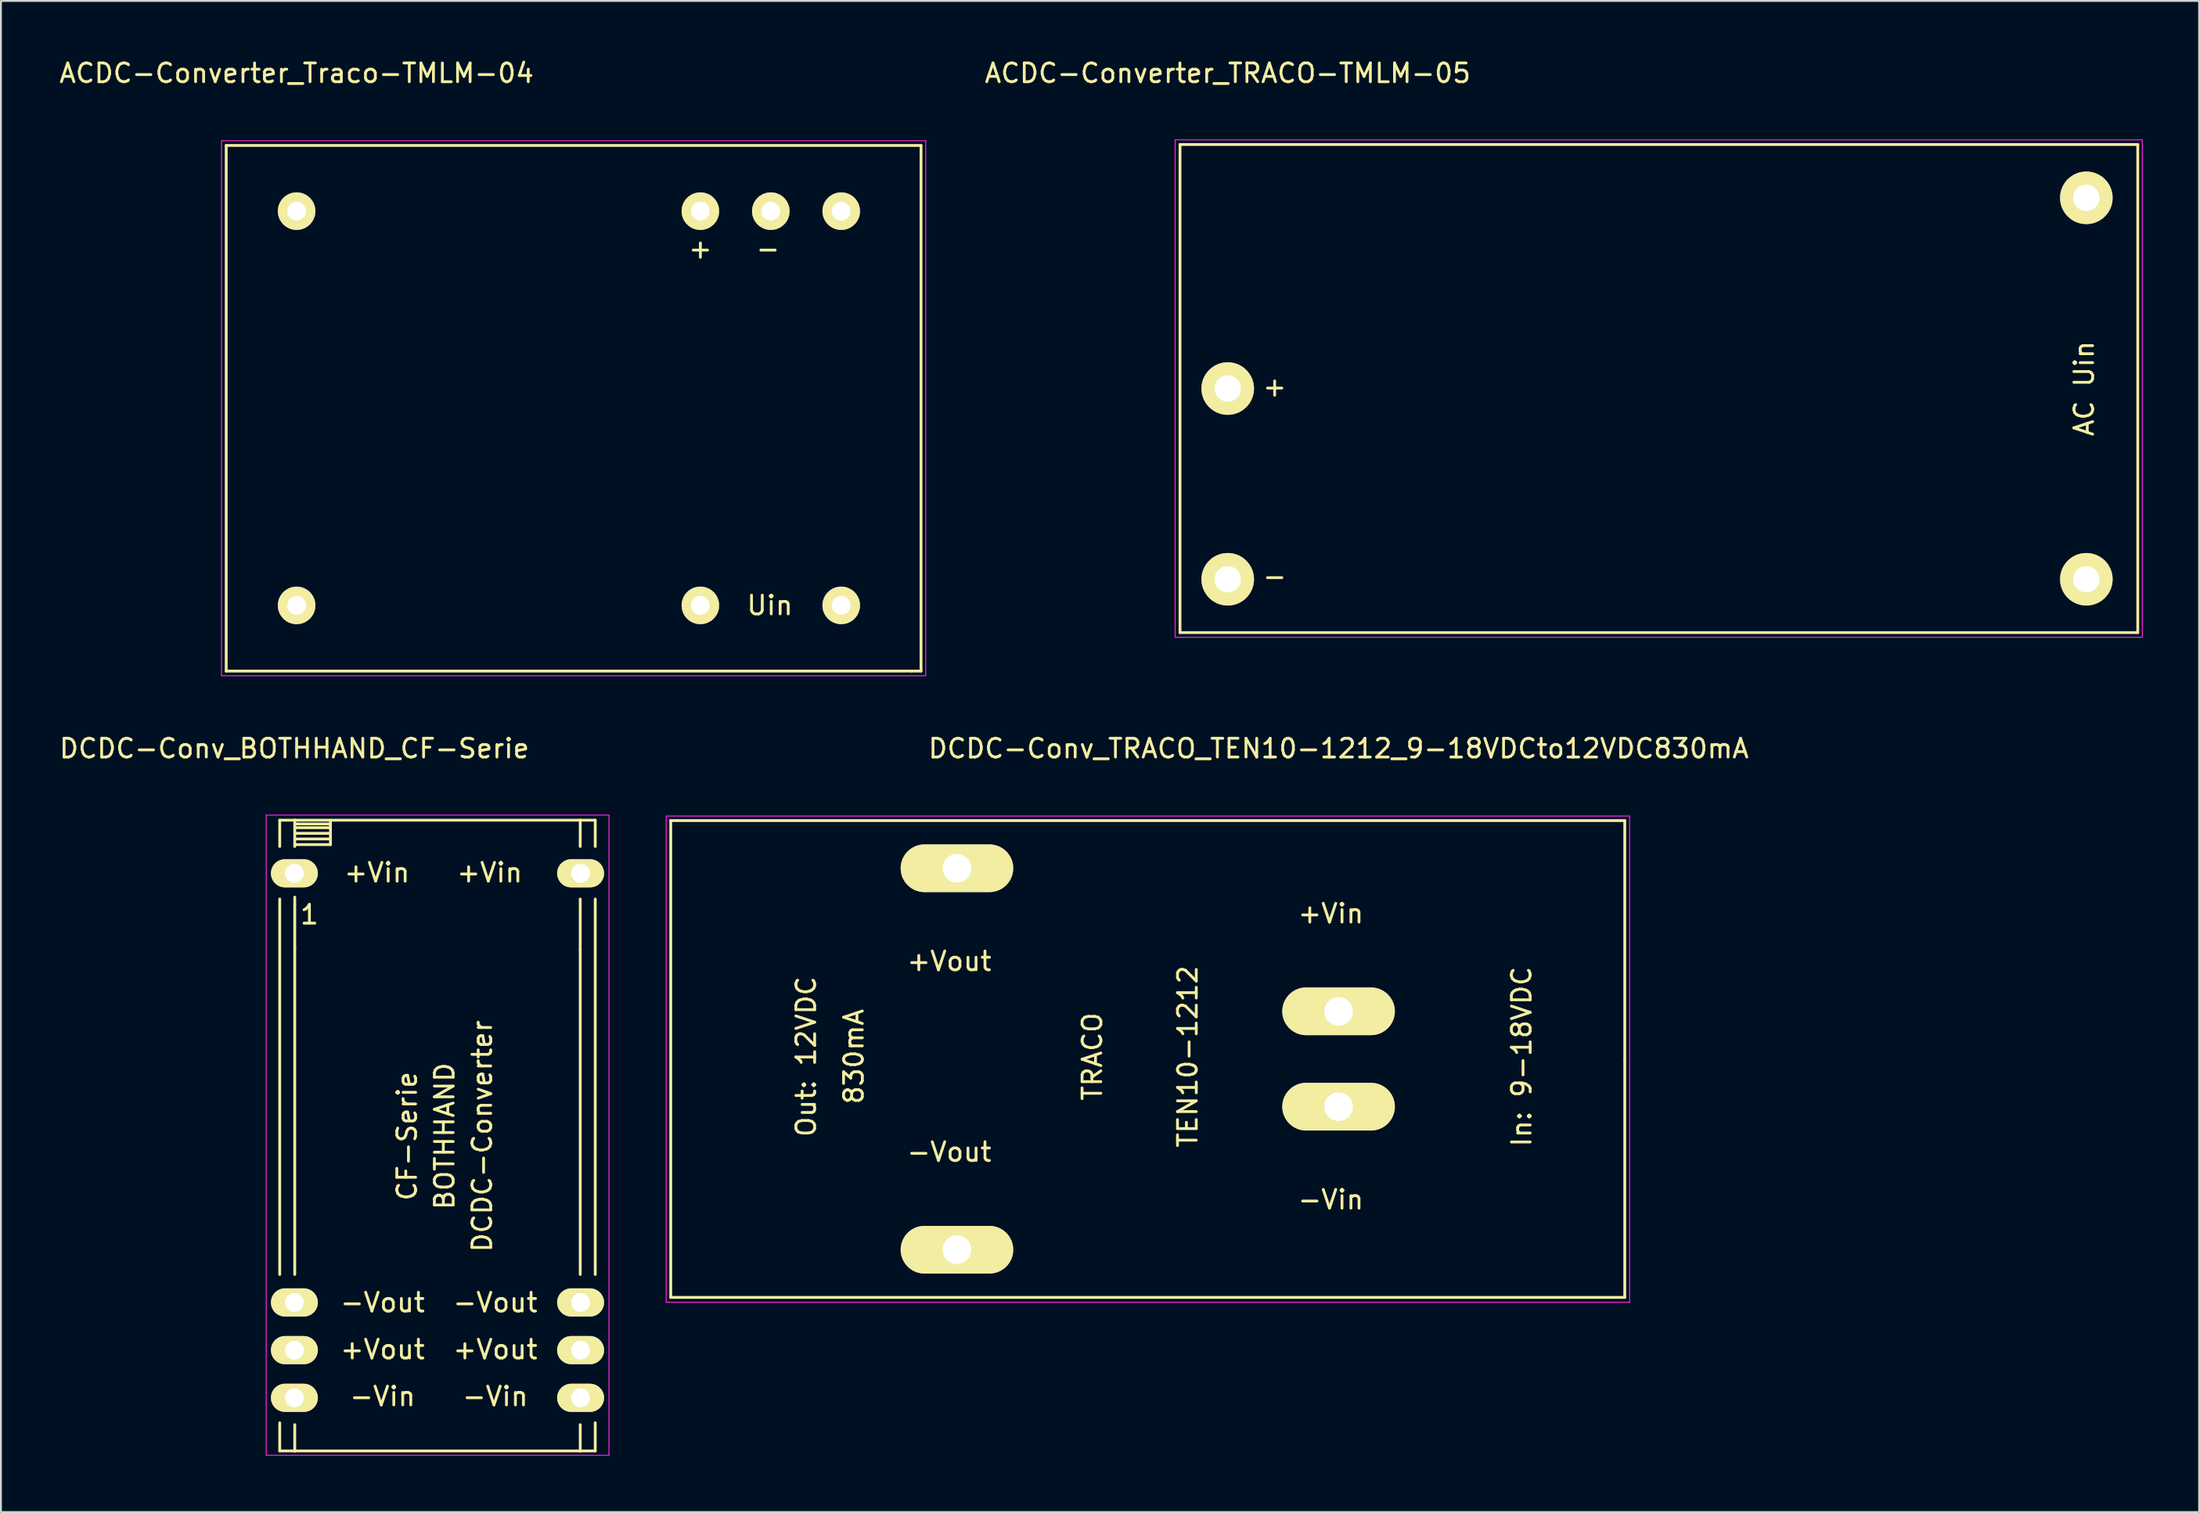
<source format=kicad_pcb>
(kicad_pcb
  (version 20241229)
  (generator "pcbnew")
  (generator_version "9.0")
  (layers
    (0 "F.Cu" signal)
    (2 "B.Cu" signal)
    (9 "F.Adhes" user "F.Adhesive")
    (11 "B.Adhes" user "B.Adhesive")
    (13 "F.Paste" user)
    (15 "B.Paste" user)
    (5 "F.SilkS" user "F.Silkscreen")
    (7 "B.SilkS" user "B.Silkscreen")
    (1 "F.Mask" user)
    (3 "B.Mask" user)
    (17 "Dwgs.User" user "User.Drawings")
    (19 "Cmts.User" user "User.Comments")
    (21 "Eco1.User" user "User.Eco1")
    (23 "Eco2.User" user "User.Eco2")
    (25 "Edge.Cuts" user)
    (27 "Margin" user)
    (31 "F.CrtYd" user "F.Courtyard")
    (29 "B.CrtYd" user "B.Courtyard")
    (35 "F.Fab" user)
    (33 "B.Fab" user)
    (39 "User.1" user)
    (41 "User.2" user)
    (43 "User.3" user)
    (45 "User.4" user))
  (footprint "ACDC-Converter_Traco-TMLM-04"
    (layer "F.Cu")
    (at 12.744 8.198)
    (property "Reference" "ACDC-Converter_Traco-TMLM-04" (at 0 -7.35 0) (layer "F.SilkS") (effects (font (size 1 1) (thickness 0.15))))
    (attr through_hole)
    (fp_line (start -3.749 -3.5) (end -3.749 24.501) (stroke (width 0.15) (type solid)) (layer "F.SilkS"))
    (fp_line (start -3.749 24.501) (end 32.751 24.501) (stroke (width 0.15) (type solid)) (layer "F.SilkS"))
    (fp_line (start 32.751 24.501) (end 33.249 24.501) (stroke (width 0.15) (type solid)) (layer "F.SilkS"))
    (fp_line (start 33.249 -3.5) (end -3.749 -3.5) (stroke (width 0.15) (type solid)) (layer "F.SilkS"))
    (fp_line (start 33.249 24.501) (end 33.249 -3.5) (stroke (width 0.15) (type solid)) (layer "F.SilkS"))
    (fp_line (start -4 -3.75) (end -4 24.75) (stroke (width 0.05) (type solid)) (layer "F.CrtYd"))
    (fp_line (start -4 -3.75) (end 33.5 -3.75) (stroke (width 0.05) (type solid)) (layer "F.CrtYd"))
    (fp_line (start -4 24.75) (end 33.5 24.75) (stroke (width 0.05) (type solid)) (layer "F.CrtYd"))
    (fp_line (start 33.5 -3.75) (end 33.5 24.75) (stroke (width 0.05) (type solid)) (layer "F.CrtYd"))
    (fp_text user "-" (at 25.1 2 0) (layer "F.SilkS") (effects (font (size 1 1) (thickness 0.15))))
    (fp_text user "+" (at 21.5 2 0) (layer "F.SilkS") (effects (font (size 1 1) (thickness 0.15))))
    (fp_text user "Uin" (at 25.2 21 0) (layer "F.SilkS") (effects (font (size 1 1) (thickness 0.15))))
    (pad "1" thru_hole circle (at 0 0) (size 1.999 1.999) (drill 1.001) (layers "*.Cu" "*.Mask" "F.SilkS"))
    (pad "2" thru_hole circle (at 21.499 0) (size 1.999 1.999) (drill 1.001) (layers "*.Cu" "*.Mask" "F.SilkS"))
    (pad "3" thru_hole circle (at 25.25 0) (size 1.999 1.999) (drill 1.001) (layers "*.Cu" "*.Mask" "F.SilkS"))
    (pad "4" thru_hole circle (at 28.999 0) (size 1.999 1.999) (drill 1.001) (layers "*.Cu" "*.Mask" "F.SilkS"))
    (pad "5" thru_hole circle (at 28.999 21.001) (size 1.999 1.999) (drill 1.001) (layers "*.Cu" "*.Mask" "F.SilkS"))
    (pad "6" thru_hole circle (at 21.499 21.001) (size 1.999 1.999) (drill 1.001) (layers "*.Cu" "*.Mask" "F.SilkS"))
    (pad "7" thru_hole circle (at 0 21.001) (size 1.999 1.999) (drill 1.001) (layers "*.Cu" "*.Mask" "F.SilkS")))
  (footprint "ACDC-Converter_TRACO-TMLM-05"
    (layer "F.Cu")
    (at 62.323 17.648)
    (property "Reference" "ACDC-Converter_TRACO-TMLM-05" (at 0 -16.8 0) (layer "F.SilkS") (effects (font (size 1 1) (thickness 0.15))))
    (attr through_hole)
    (fp_line (start -2.54 -13) (end 48.458 -13) (stroke (width 0.15) (type solid)) (layer "F.SilkS"))
    (fp_line (start -2.54 13) (end -2.54 -13) (stroke (width 0.15) (type solid)) (layer "F.SilkS"))
    (fp_line (start 48.458 -13) (end 48.458 13) (stroke (width 0.15) (type solid)) (layer "F.SilkS"))
    (fp_line (start 48.458 13) (end -2.54 13) (stroke (width 0.15) (type solid)) (layer "F.SilkS"))
    (fp_line (start -2.8 -13.25) (end -2.8 13.25) (stroke (width 0.05) (type solid)) (layer "F.CrtYd"))
    (fp_line (start -2.8 -13.25) (end 48.7 -13.25) (stroke (width 0.05) (type solid)) (layer "F.CrtYd"))
    (fp_line (start -2.8 13.25) (end 48.7 13.25) (stroke (width 0.05) (type solid)) (layer "F.CrtYd"))
    (fp_line (start 48.7 -13.25) (end 48.7 13.25) (stroke (width 0.05) (type solid)) (layer "F.CrtYd"))
    (fp_text user "+" (at 2.5 -0.1 0) (layer "F.SilkS") (effects (font (size 1 1) (thickness 0.15))))
    (fp_text user "-" (at 2.5 10 0) (layer "F.SilkS") (effects (font (size 1 1) (thickness 0.15))))
    (fp_text user "AC Uin" (at 45.6 0 90) (layer "F.SilkS") (effects (font (size 1 1) (thickness 0.15))))
    (pad "1" thru_hole circle (at 0 0) (size 2.799 2.799) (drill 1.4) (layers "*.Cu" "*.Mask" "F.SilkS"))
    (pad "2" thru_hole circle (at 0 10.16) (size 2.799 2.799) (drill 1.4) (layers "*.Cu" "*.Mask" "F.SilkS"))
    (pad "3" thru_hole circle (at 45.72 10.16) (size 2.799 2.799) (drill 1.4) (layers "*.Cu" "*.Mask" "F.SilkS"))
    (pad "4" thru_hole circle (at 45.72 -10.16) (size 2.799 2.799) (drill 1.4) (layers "*.Cu" "*.Mask" "F.SilkS")))
  (footprint "DCDC-Conv_TRACO_TEN10-1212_9-18VDCto12VDC830mA"
    (layer "F.Cu")
    (at 68.225 50.822)
    (property "Reference" "DCDC-Conv_TRACO_TEN10-1212_9-18VDCto12VDC830mA" (at 0 -14 0) (layer "F.SilkS") (effects (font (size 1 1) (thickness 0.15))))
    (attr through_hole)
    (fp_line (start -35.56 -10.16) (end -35.56 15.24) (stroke (width 0.15) (type solid)) (layer "F.SilkS"))
    (fp_line (start -35.56 15.24) (end 15.24 15.24) (stroke (width 0.15) (type solid)) (layer "F.SilkS"))
    (fp_line (start 15.24 -10.16) (end -35.56 -10.16) (stroke (width 0.15) (type solid)) (layer "F.SilkS"))
    (fp_line (start 15.24 2.54) (end 15.24 -10.16) (stroke (width 0.15) (type solid)) (layer "F.SilkS"))
    (fp_line (start 15.24 15.24) (end 15.24 2.54) (stroke (width 0.15) (type solid)) (layer "F.SilkS"))
    (fp_line (start -35.8 -10.4) (end -35.8 15.5) (stroke (width 0.05) (type solid)) (layer "F.CrtYd"))
    (fp_line (start -35.8 -10.4) (end 15.5 -10.4) (stroke (width 0.05) (type solid)) (layer "F.CrtYd"))
    (fp_line (start -35.8 15.5) (end 15.5 15.5) (stroke (width 0.05) (type solid)) (layer "F.CrtYd"))
    (fp_line (start 15.5 -10.4) (end 15.5 15.5) (stroke (width 0.05) (type solid)) (layer "F.CrtYd"))
    (fp_text user "-Vout" (at -20.732 7.492 180) (layer "F.SilkS") (effects (font (size 1 1) (thickness 0.15))))
    (fp_text user "+Vin" (at -0.412 -5.208 180) (layer "F.SilkS") (effects (font (size 1 1) (thickness 0.15))))
    (fp_text user "TEN10-1212" (at -8.032 2.412 90) (layer "F.SilkS") (effects (font (size 1 1) (thickness 0.15))))
    (fp_text user "In: 9-18VDC" (at 9.748 2.412 90) (layer "F.SilkS") (effects (font (size 1 1) (thickness 0.15))))
    (fp_text user "TRACO" (at -13.112 2.412 90) (layer "F.SilkS") (effects (font (size 1 1) (thickness 0.15))))
    (fp_text user "+Vout" (at -20.732 -2.668 180) (layer "F.SilkS") (effects (font (size 1 1) (thickness 0.15))))
    (fp_text user "Out: 12VDC" (at -28.352 2.412 90) (layer "F.SilkS") (effects (font (size 1 1) (thickness 0.15))))
    (fp_text user "830mA" (at -25.812 2.412 90) (layer "F.SilkS") (effects (font (size 1 1) (thickness 0.15))))
    (fp_text user "-Vin" (at -0.412 10.032 180) (layer "F.SilkS") (effects (font (size 1 1) (thickness 0.15))))
    (pad "1" thru_hole oval (at 0 0) (size 5.994 2.54) (drill 1.524) (layers "*.Cu" "*.Mask" "F.SilkS"))
    (pad "2" thru_hole oval (at 0 5.08) (size 5.994 2.54) (drill 1.524) (layers "*.Cu" "*.Mask" "F.SilkS"))
    (pad "3" thru_hole oval (at -20.32 -7.62) (size 5.994 2.54) (drill 1.524) (layers "*.Cu" "*.Mask" "F.SilkS"))
    (pad "5" thru_hole oval (at -20.32 12.7) (size 5.994 2.54) (drill 1.524) (layers "*.Cu" "*.Mask" "F.SilkS")))
  (footprint "DCDC-Conv_BOTHHAND_CF-Serie"
    (layer "F.Cu")
    (at 12.625 43.471)
    (property "Reference" "DCDC-Conv_BOTHHAND_CF-Serie" (at 0 -6.65 0) (layer "F.SilkS") (effects (font (size 1 1) (thickness 0.15))))
    (attr through_hole)
    (fp_line (start -0.78 -2.83) (end -0.78 -1.43) (stroke (width 0.15) (type solid)) (layer "F.SilkS"))
    (fp_line (start -0.78 21.369) (end -0.78 1.369) (stroke (width 0.15) (type solid)) (layer "F.SilkS"))
    (fp_line (start -0.78 30.77) (end -0.78 29.271) (stroke (width 0.15) (type solid)) (layer "F.SilkS"))
    (fp_line (start 0.02 -2.83) (end -0.78 -2.83) (stroke (width 0.15) (type solid)) (layer "F.SilkS"))
    (fp_line (start 0.02 -2.83) (end 0.02 -1.43) (stroke (width 0.15) (type solid)) (layer "F.SilkS"))
    (fp_line (start 0.02 3.97) (end 0.02 1.27) (stroke (width 0.15) (type solid)) (layer "F.SilkS"))
    (fp_line (start 0.02 21.369) (end 0.02 3.97) (stroke (width 0.15) (type solid)) (layer "F.SilkS"))
    (fp_line (start 0.02 30.77) (end -0.78 30.77) (stroke (width 0.15) (type solid)) (layer "F.SilkS"))
    (fp_line (start 0.02 30.77) (end 0.02 29.37) (stroke (width 0.15) (type solid)) (layer "F.SilkS"))
    (fp_line (start 0.02 30.77) (end 15.22 30.77) (stroke (width 0.15) (type solid)) (layer "F.SilkS"))
    (fp_line (start 1.821 -2.131) (end 0.119 -2.131) (stroke (width 0.15) (type solid)) (layer "F.SilkS"))
    (fp_line (start 1.821 -1.829) (end 0.119 -1.829) (stroke (width 0.15) (type solid)) (layer "F.SilkS"))
    (fp_line (start 1.92 -2.731) (end 1.92 -1.529) (stroke (width 0.15) (type solid)) (layer "F.SilkS"))
    (fp_line (start 1.92 -2.629) (end 0.02 -2.629) (stroke (width 0.15) (type solid)) (layer "F.SilkS"))
    (fp_line (start 1.92 -2.431) (end 0.02 -2.431) (stroke (width 0.15) (type solid)) (layer "F.SilkS"))
    (fp_line (start 1.92 -1.529) (end 0.02 -1.529) (stroke (width 0.15) (type solid)) (layer "F.SilkS"))
    (fp_line (start 15.22 -2.83) (end 0.02 -2.83) (stroke (width 0.15) (type solid)) (layer "F.SilkS"))
    (fp_line (start 15.22 -2.83) (end 15.22 -1.43) (stroke (width 0.15) (type solid)) (layer "F.SilkS"))
    (fp_line (start 15.22 -2.83) (end 16.02 -2.83) (stroke (width 0.15) (type solid)) (layer "F.SilkS"))
    (fp_line (start 15.22 4.069) (end 15.22 1.369) (stroke (width 0.15) (type solid)) (layer "F.SilkS"))
    (fp_line (start 15.22 4.069) (end 15.22 21.369) (stroke (width 0.15) (type solid)) (layer "F.SilkS"))
    (fp_line (start 15.22 29.37) (end 15.22 30.77) (stroke (width 0.15) (type solid)) (layer "F.SilkS"))
    (fp_line (start 15.22 30.77) (end 16.02 30.77) (stroke (width 0.15) (type solid)) (layer "F.SilkS"))
    (fp_line (start 16.02 -2.83) (end 16.02 -1.43) (stroke (width 0.15) (type solid)) (layer "F.SilkS"))
    (fp_line (start 16.02 21.369) (end 16.02 1.369) (stroke (width 0.15) (type solid)) (layer "F.SilkS"))
    (fp_line (start 16.02 30.77) (end 16.02 29.271) (stroke (width 0.15) (type solid)) (layer "F.SilkS"))
    (fp_line (start -1.5 -3.1) (end -1.5 31) (stroke (width 0.05) (type solid)) (layer "F.CrtYd"))
    (fp_line (start -1.5 -3.1) (end 16.75 -3.1) (stroke (width 0.05) (type solid)) (layer "F.CrtYd"))
    (fp_line (start -1.5 31) (end 16.75 31) (stroke (width 0.05) (type solid)) (layer "F.CrtYd"))
    (fp_line (start 16.75 -3.1) (end 16.75 31) (stroke (width 0.05) (type solid)) (layer "F.CrtYd"))
    (fp_text user "+Vin" (at 10.398 -0.038 0) (layer "F.SilkS") (effects (font (size 1 1) (thickness 0.15))))
    (fp_text user "DCDC-Converter" (at 10 14 270) (layer "F.SilkS") (effects (font (size 1 1) (thickness 0.15))))
    (fp_text user "-Vout" (at 10.698 22.862 0) (layer "F.SilkS") (effects (font (size 1 1) (thickness 0.15))))
    (fp_text user "BOTHHAND" (at 8 14 270) (layer "F.SilkS") (effects (font (size 1 1) (thickness 0.15))))
    (fp_text user "-Vin" (at 10.698 27.863 0) (layer "F.SilkS") (effects (font (size 1 1) (thickness 0.15))))
    (fp_text user "-Vin" (at 4.698 27.863 0) (layer "F.SilkS") (effects (font (size 1 1) (thickness 0.15))))
    (fp_text user "+Vin" (at 4.398 -0.038 0) (layer "F.SilkS") (effects (font (size 1 1) (thickness 0.15))))
    (fp_text user "+Vout" (at 10.698 25.364 0) (layer "F.SilkS") (effects (font (size 1 1) (thickness 0.15))))
    (fp_text user "+Vout" (at 4.698 25.364 0) (layer "F.SilkS") (effects (font (size 1 1) (thickness 0.15))))
    (fp_text user "1" (at 0.8 2.2 0) (layer "F.SilkS") (effects (font (size 1 1) (thickness 0.15))))
    (fp_text user "CF-Serie" (at 6 14 270) (layer "F.SilkS") (effects (font (size 1 1) (thickness 0.15))))
    (fp_text user "-Vout" (at 4.698 22.862 0) (layer "F.SilkS") (effects (font (size 1 1) (thickness 0.15))))
    (pad "1" thru_hole oval (at 0 0) (size 2.499 1.501) (drill 1.001) (layers "*.Cu" "*.Mask" "F.SilkS"))
    (pad "10" thru_hole oval (at 0 22.86) (size 2.499 1.501) (drill 1.001) (layers "*.Cu" "*.Mask" "F.SilkS"))
    (pad "11" thru_hole oval (at 0 25.4) (size 2.499 1.501) (drill 1.001) (layers "*.Cu" "*.Mask" "F.SilkS"))
    (pad "12" thru_hole oval (at 0 27.94) (size 2.499 1.501) (drill 1.001) (layers "*.Cu" "*.Mask" "F.SilkS"))
    (pad "13" thru_hole oval (at 15.24 27.94) (size 2.499 1.501) (drill 1.001) (layers "*.Cu" "*.Mask" "F.SilkS"))
    (pad "14" thru_hole oval (at 15.24 25.4) (size 2.499 1.501) (drill 1.001) (layers "*.Cu" "*.Mask" "F.SilkS"))
    (pad "15" thru_hole oval (at 15.24 22.86) (size 2.499 1.501) (drill 1.001) (layers "*.Cu" "*.Mask" "F.SilkS"))
    (pad "24" thru_hole oval (at 15.24 0) (size 2.499 1.501) (drill 1.001) (layers "*.Cu" "*.Mask" "F.SilkS")))
  (gr_rect
    (start -3 -3)
    (end 114.048 77.496)
    (stroke (width 0.1) (type default))
    (fill no)
    (layer "Edge.Cuts")))
</source>
